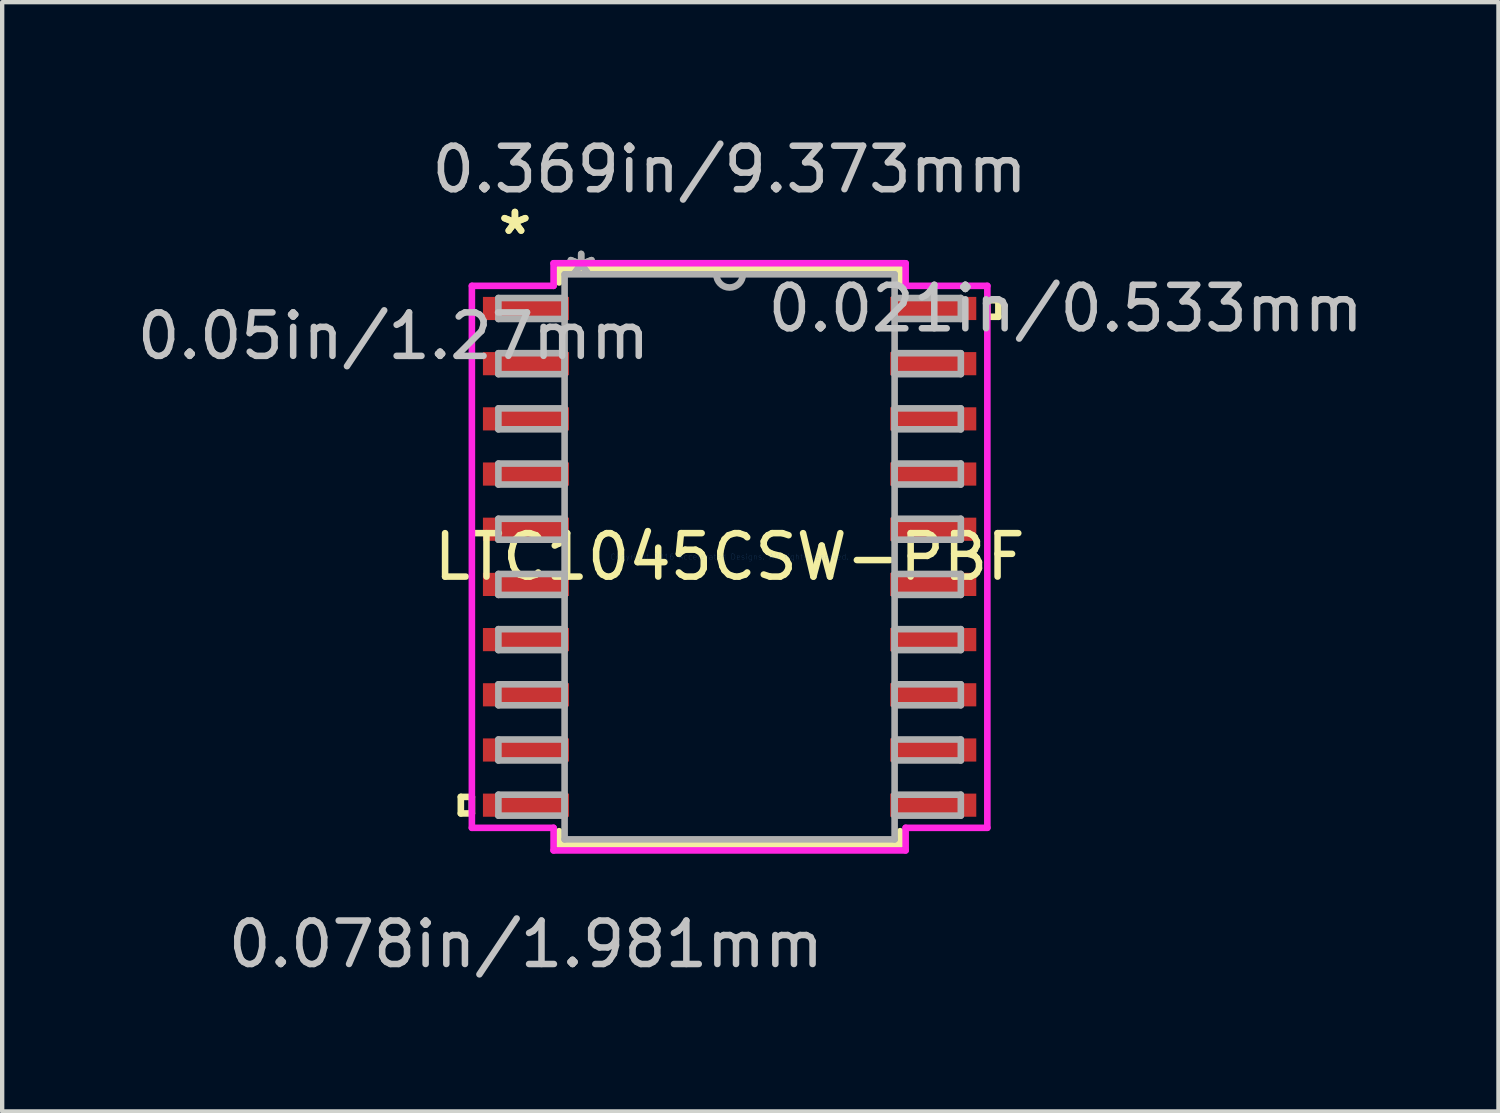
<source format=kicad_pcb>
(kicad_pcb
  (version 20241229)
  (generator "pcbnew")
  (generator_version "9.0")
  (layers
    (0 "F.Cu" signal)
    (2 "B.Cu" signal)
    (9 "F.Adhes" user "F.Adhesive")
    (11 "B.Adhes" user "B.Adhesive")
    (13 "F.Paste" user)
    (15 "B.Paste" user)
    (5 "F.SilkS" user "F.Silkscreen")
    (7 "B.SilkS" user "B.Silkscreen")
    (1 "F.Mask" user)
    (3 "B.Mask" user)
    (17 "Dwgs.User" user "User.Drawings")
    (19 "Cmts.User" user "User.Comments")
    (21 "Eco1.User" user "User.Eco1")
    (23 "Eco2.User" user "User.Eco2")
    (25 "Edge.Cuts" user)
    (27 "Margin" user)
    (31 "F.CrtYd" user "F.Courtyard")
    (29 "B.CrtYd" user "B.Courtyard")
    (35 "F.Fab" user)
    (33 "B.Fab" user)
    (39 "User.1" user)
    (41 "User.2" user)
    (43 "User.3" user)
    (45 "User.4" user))
  (footprint "LTC1045CSW-PBF"
    (layer "F.Cu")
    (at 13.74 9.764)
    (property "Reference" "LTC1045CSW-PBF" (at 0 0 0) (layer "F.SilkS") (effects (font (size 1 1) (thickness 0.15))))
    (attr through_hole)
    (fp_line (start -6.185 5.524) (end -6.185 5.905) (stroke (width 0.152) (type solid)) (layer "F.SilkS"))
    (fp_line (start -6.185 5.905) (end -5.931 5.905) (stroke (width 0.152) (type solid)) (layer "F.SilkS"))
    (fp_line (start -5.931 5.524) (end -6.185 5.524) (stroke (width 0.152) (type solid)) (layer "F.SilkS"))
    (fp_line (start -5.931 5.905) (end -5.931 5.524) (stroke (width 0.152) (type solid)) (layer "F.SilkS"))
    (fp_line (start -3.924 -6.629) (end -3.924 -6.314) (stroke (width 0.152) (type solid)) (layer "F.SilkS"))
    (fp_line (start -3.924 6.314) (end -3.924 6.629) (stroke (width 0.152) (type solid)) (layer "F.SilkS"))
    (fp_line (start -3.924 6.629) (end 3.924 6.629) (stroke (width 0.152) (type solid)) (layer "F.SilkS"))
    (fp_line (start 3.924 -6.629) (end -3.924 -6.629) (stroke (width 0.152) (type solid)) (layer "F.SilkS"))
    (fp_line (start 3.924 -6.314) (end 3.924 -6.629) (stroke (width 0.152) (type solid)) (layer "F.SilkS"))
    (fp_line (start 3.924 6.629) (end 3.924 6.314) (stroke (width 0.152) (type solid)) (layer "F.SilkS"))
    (fp_line (start 5.931 -5.905) (end 6.185 -5.905) (stroke (width 0.152) (type solid)) (layer "F.SilkS"))
    (fp_line (start 5.931 -5.524) (end 5.931 -5.905) (stroke (width 0.152) (type solid)) (layer "F.SilkS"))
    (fp_line (start 6.185 -5.905) (end 6.185 -5.524) (stroke (width 0.152) (type solid)) (layer "F.SilkS"))
    (fp_line (start 6.185 -5.524) (end 5.931 -5.524) (stroke (width 0.152) (type solid)) (layer "F.SilkS"))
    (fp_line (start -5.931 -6.236) (end -4.051 -6.236) (stroke (width 0.152) (type solid)) (layer "F.CrtYd"))
    (fp_line (start -5.931 6.236) (end -5.931 -6.236) (stroke (width 0.152) (type solid)) (layer "F.CrtYd"))
    (fp_line (start -4.051 -6.756) (end 4.051 -6.756) (stroke (width 0.152) (type solid)) (layer "F.CrtYd"))
    (fp_line (start -4.051 -6.236) (end -4.051 -6.756) (stroke (width 0.152) (type solid)) (layer "F.CrtYd"))
    (fp_line (start -4.051 6.236) (end -5.931 6.236) (stroke (width 0.152) (type solid)) (layer "F.CrtYd"))
    (fp_line (start -4.051 6.756) (end -4.051 6.236) (stroke (width 0.152) (type solid)) (layer "F.CrtYd"))
    (fp_line (start 4.051 -6.756) (end 4.051 -6.236) (stroke (width 0.152) (type solid)) (layer "F.CrtYd"))
    (fp_line (start 4.051 -6.236) (end 5.931 -6.236) (stroke (width 0.152) (type solid)) (layer "F.CrtYd"))
    (fp_line (start 4.051 6.236) (end 4.051 6.756) (stroke (width 0.152) (type solid)) (layer "F.CrtYd"))
    (fp_line (start 4.051 6.756) (end -4.051 6.756) (stroke (width 0.152) (type solid)) (layer "F.CrtYd"))
    (fp_line (start 5.931 -6.236) (end 5.931 6.236) (stroke (width 0.152) (type solid)) (layer "F.CrtYd"))
    (fp_line (start 5.931 6.236) (end 4.051 6.236) (stroke (width 0.152) (type solid)) (layer "F.CrtYd"))
    (fp_line (start -5.321 -5.956) (end -5.321 -5.474) (stroke (width 0.152) (type solid)) (layer "F.Fab"))
    (fp_line (start -5.321 -5.474) (end -3.797 -5.474) (stroke (width 0.152) (type solid)) (layer "F.Fab"))
    (fp_line (start -5.321 -4.686) (end -5.321 -4.204) (stroke (width 0.152) (type solid)) (layer "F.Fab"))
    (fp_line (start -5.321 -4.204) (end -3.797 -4.204) (stroke (width 0.152) (type solid)) (layer "F.Fab"))
    (fp_line (start -5.321 -3.416) (end -5.321 -2.934) (stroke (width 0.152) (type solid)) (layer "F.Fab"))
    (fp_line (start -5.321 -2.934) (end -3.797 -2.934) (stroke (width 0.152) (type solid)) (layer "F.Fab"))
    (fp_line (start -5.321 -2.146) (end -5.321 -1.664) (stroke (width 0.152) (type solid)) (layer "F.Fab"))
    (fp_line (start -5.321 -1.664) (end -3.797 -1.664) (stroke (width 0.152) (type solid)) (layer "F.Fab"))
    (fp_line (start -5.321 -0.876) (end -5.321 -0.394) (stroke (width 0.152) (type solid)) (layer "F.Fab"))
    (fp_line (start -5.321 -0.394) (end -3.797 -0.394) (stroke (width 0.152) (type solid)) (layer "F.Fab"))
    (fp_line (start -5.321 0.394) (end -5.321 0.876) (stroke (width 0.152) (type solid)) (layer "F.Fab"))
    (fp_line (start -5.321 0.876) (end -3.797 0.876) (stroke (width 0.152) (type solid)) (layer "F.Fab"))
    (fp_line (start -5.321 1.664) (end -5.321 2.146) (stroke (width 0.152) (type solid)) (layer "F.Fab"))
    (fp_line (start -5.321 2.146) (end -3.797 2.146) (stroke (width 0.152) (type solid)) (layer "F.Fab"))
    (fp_line (start -5.321 2.934) (end -5.321 3.416) (stroke (width 0.152) (type solid)) (layer "F.Fab"))
    (fp_line (start -5.321 3.416) (end -3.797 3.416) (stroke (width 0.152) (type solid)) (layer "F.Fab"))
    (fp_line (start -5.321 4.204) (end -5.321 4.686) (stroke (width 0.152) (type solid)) (layer "F.Fab"))
    (fp_line (start -5.321 4.686) (end -3.797 4.686) (stroke (width 0.152) (type solid)) (layer "F.Fab"))
    (fp_line (start -5.321 5.474) (end -5.321 5.956) (stroke (width 0.152) (type solid)) (layer "F.Fab"))
    (fp_line (start -5.321 5.956) (end -3.797 5.956) (stroke (width 0.152) (type solid)) (layer "F.Fab"))
    (fp_line (start -3.797 -6.502) (end -3.797 6.502) (stroke (width 0.152) (type solid)) (layer "F.Fab"))
    (fp_line (start -3.797 -5.956) (end -5.321 -5.956) (stroke (width 0.152) (type solid)) (layer "F.Fab"))
    (fp_line (start -3.797 -5.474) (end -3.797 -5.956) (stroke (width 0.152) (type solid)) (layer "F.Fab"))
    (fp_line (start -3.797 -4.686) (end -5.321 -4.686) (stroke (width 0.152) (type solid)) (layer "F.Fab"))
    (fp_line (start -3.797 -4.204) (end -3.797 -4.686) (stroke (width 0.152) (type solid)) (layer "F.Fab"))
    (fp_line (start -3.797 -3.416) (end -5.321 -3.416) (stroke (width 0.152) (type solid)) (layer "F.Fab"))
    (fp_line (start -3.797 -2.934) (end -3.797 -3.416) (stroke (width 0.152) (type solid)) (layer "F.Fab"))
    (fp_line (start -3.797 -2.146) (end -5.321 -2.146) (stroke (width 0.152) (type solid)) (layer "F.Fab"))
    (fp_line (start -3.797 -1.664) (end -3.797 -2.146) (stroke (width 0.152) (type solid)) (layer "F.Fab"))
    (fp_line (start -3.797 -0.876) (end -5.321 -0.876) (stroke (width 0.152) (type solid)) (layer "F.Fab"))
    (fp_line (start -3.797 -0.394) (end -3.797 -0.876) (stroke (width 0.152) (type solid)) (layer "F.Fab"))
    (fp_line (start -3.797 0.394) (end -5.321 0.394) (stroke (width 0.152) (type solid)) (layer "F.Fab"))
    (fp_line (start -3.797 0.876) (end -3.797 0.394) (stroke (width 0.152) (type solid)) (layer "F.Fab"))
    (fp_line (start -3.797 1.664) (end -5.321 1.664) (stroke (width 0.152) (type solid)) (layer "F.Fab"))
    (fp_line (start -3.797 2.146) (end -3.797 1.664) (stroke (width 0.152) (type solid)) (layer "F.Fab"))
    (fp_line (start -3.797 2.934) (end -5.321 2.934) (stroke (width 0.152) (type solid)) (layer "F.Fab"))
    (fp_line (start -3.797 3.416) (end -3.797 2.934) (stroke (width 0.152) (type solid)) (layer "F.Fab"))
    (fp_line (start -3.797 4.204) (end -5.321 4.204) (stroke (width 0.152) (type solid)) (layer "F.Fab"))
    (fp_line (start -3.797 4.686) (end -3.797 4.204) (stroke (width 0.152) (type solid)) (layer "F.Fab"))
    (fp_line (start -3.797 5.474) (end -5.321 5.474) (stroke (width 0.152) (type solid)) (layer "F.Fab"))
    (fp_line (start -3.797 5.956) (end -3.797 5.474) (stroke (width 0.152) (type solid)) (layer "F.Fab"))
    (fp_line (start -3.797 6.502) (end 3.797 6.502) (stroke (width 0.152) (type solid)) (layer "F.Fab"))
    (fp_line (start 3.797 -6.502) (end -3.797 -6.502) (stroke (width 0.152) (type solid)) (layer "F.Fab"))
    (fp_line (start 3.797 -5.956) (end 3.797 -5.474) (stroke (width 0.152) (type solid)) (layer "F.Fab"))
    (fp_line (start 3.797 -5.474) (end 5.321 -5.474) (stroke (width 0.152) (type solid)) (layer "F.Fab"))
    (fp_line (start 3.797 -4.686) (end 3.797 -4.204) (stroke (width 0.152) (type solid)) (layer "F.Fab"))
    (fp_line (start 3.797 -4.204) (end 5.321 -4.204) (stroke (width 0.152) (type solid)) (layer "F.Fab"))
    (fp_line (start 3.797 -3.416) (end 3.797 -2.934) (stroke (width 0.152) (type solid)) (layer "F.Fab"))
    (fp_line (start 3.797 -2.934) (end 5.321 -2.934) (stroke (width 0.152) (type solid)) (layer "F.Fab"))
    (fp_line (start 3.797 -2.146) (end 3.797 -1.664) (stroke (width 0.152) (type solid)) (layer "F.Fab"))
    (fp_line (start 3.797 -1.664) (end 5.321 -1.664) (stroke (width 0.152) (type solid)) (layer "F.Fab"))
    (fp_line (start 3.797 -0.876) (end 3.797 -0.394) (stroke (width 0.152) (type solid)) (layer "F.Fab"))
    (fp_line (start 3.797 -0.394) (end 5.321 -0.394) (stroke (width 0.152) (type solid)) (layer "F.Fab"))
    (fp_line (start 3.797 0.394) (end 3.797 0.876) (stroke (width 0.152) (type solid)) (layer "F.Fab"))
    (fp_line (start 3.797 0.876) (end 5.321 0.876) (stroke (width 0.152) (type solid)) (layer "F.Fab"))
    (fp_line (start 3.797 1.664) (end 3.797 2.146) (stroke (width 0.152) (type solid)) (layer "F.Fab"))
    (fp_line (start 3.797 2.146) (end 5.321 2.146) (stroke (width 0.152) (type solid)) (layer "F.Fab"))
    (fp_line (start 3.797 2.934) (end 3.797 3.416) (stroke (width 0.152) (type solid)) (layer "F.Fab"))
    (fp_line (start 3.797 3.416) (end 5.321 3.416) (stroke (width 0.152) (type solid)) (layer "F.Fab"))
    (fp_line (start 3.797 4.204) (end 3.797 4.686) (stroke (width 0.152) (type solid)) (layer "F.Fab"))
    (fp_line (start 3.797 4.686) (end 5.321 4.686) (stroke (width 0.152) (type solid)) (layer "F.Fab"))
    (fp_line (start 3.797 5.474) (end 3.797 5.956) (stroke (width 0.152) (type solid)) (layer "F.Fab"))
    (fp_line (start 3.797 5.956) (end 5.321 5.956) (stroke (width 0.152) (type solid)) (layer "F.Fab"))
    (fp_line (start 3.797 6.502) (end 3.797 -6.502) (stroke (width 0.152) (type solid)) (layer "F.Fab"))
    (fp_line (start 5.321 -5.956) (end 3.797 -5.956) (stroke (width 0.152) (type solid)) (layer "F.Fab"))
    (fp_line (start 5.321 -5.474) (end 5.321 -5.956) (stroke (width 0.152) (type solid)) (layer "F.Fab"))
    (fp_line (start 5.321 -4.686) (end 3.797 -4.686) (stroke (width 0.152) (type solid)) (layer "F.Fab"))
    (fp_line (start 5.321 -4.204) (end 5.321 -4.686) (stroke (width 0.152) (type solid)) (layer "F.Fab"))
    (fp_line (start 5.321 -3.416) (end 3.797 -3.416) (stroke (width 0.152) (type solid)) (layer "F.Fab"))
    (fp_line (start 5.321 -2.934) (end 5.321 -3.416) (stroke (width 0.152) (type solid)) (layer "F.Fab"))
    (fp_line (start 5.321 -2.146) (end 3.797 -2.146) (stroke (width 0.152) (type solid)) (layer "F.Fab"))
    (fp_line (start 5.321 -1.664) (end 5.321 -2.146) (stroke (width 0.152) (type solid)) (layer "F.Fab"))
    (fp_line (start 5.321 -0.876) (end 3.797 -0.876) (stroke (width 0.152) (type solid)) (layer "F.Fab"))
    (fp_line (start 5.321 -0.394) (end 5.321 -0.876) (stroke (width 0.152) (type solid)) (layer "F.Fab"))
    (fp_line (start 5.321 0.394) (end 3.797 0.394) (stroke (width 0.152) (type solid)) (layer "F.Fab"))
    (fp_line (start 5.321 0.876) (end 5.321 0.394) (stroke (width 0.152) (type solid)) (layer "F.Fab"))
    (fp_line (start 5.321 1.664) (end 3.797 1.664) (stroke (width 0.152) (type solid)) (layer "F.Fab"))
    (fp_line (start 5.321 2.146) (end 5.321 1.664) (stroke (width 0.152) (type solid)) (layer "F.Fab"))
    (fp_line (start 5.321 2.934) (end 3.797 2.934) (stroke (width 0.152) (type solid)) (layer "F.Fab"))
    (fp_line (start 5.321 3.416) (end 5.321 2.934) (stroke (width 0.152) (type solid)) (layer "F.Fab"))
    (fp_line (start 5.321 4.204) (end 3.797 4.204) (stroke (width 0.152) (type solid)) (layer "F.Fab"))
    (fp_line (start 5.321 4.686) (end 5.321 4.204) (stroke (width 0.152) (type solid)) (layer "F.Fab"))
    (fp_line (start 5.321 5.474) (end 3.797 5.474) (stroke (width 0.152) (type solid)) (layer "F.Fab"))
    (fp_line (start 5.321 5.956) (end 5.321 5.474) (stroke (width 0.152) (type solid)) (layer "F.Fab"))
    (fp_arc (start 0.3048 -6.5024) (mid 0 -6.1976) (end -0.3048 -6.5024) (stroke (width 0.1524) (type solid)) (layer "F.Fab"))
    (fp_text user "*" (at -4.94 -7.391 0) (layer "F.SilkS") (effects (font (size 1 1) (thickness 0.15))))
    (fp_text user "*" (at -4.94 -7.391 0) (layer "F.SilkS") (effects (font (size 1 1) (thickness 0.15))))
    (fp_text user "0.078in/1.981mm" (at -4.686 8.915 0) (layer "Dwgs.User") (effects (font (size 1 1) (thickness 0.15))))
    (fp_text user "0.05in/1.27mm" (at -7.734 -5.08 0) (layer "Dwgs.User") (effects (font (size 1 1) (thickness 0.15))))
    (fp_text user "0.021in/0.533mm" (at 7.734 -5.715 0) (layer "Dwgs.User") (effects (font (size 1 1) (thickness 0.15))))
    (fp_text user "0.369in/9.373mm" (at 0 -8.915 0) (layer "Dwgs.User") (effects (font (size 1 1) (thickness 0.15))))
    (fp_text user "Copyright 2016 Accelerated Designs. All rights reserved." (at 0 0 0) (layer "Cmts.User") (effects (font (size 0.127 0.127) (thickness 0.002))))
    (fp_text user "*" (at -3.416 -6.426 0) (layer "F.Fab") (effects (font (size 1 1) (thickness 0.15))))
    (fp_text user "*" (at -3.416 -6.426 0) (layer "F.Fab") (effects (font (size 1 1) (thickness 0.15))))
    (pad "1" smd rect (at -4.686 -5.715) (size 1.981 0.533) (layers "F.Cu" "F.Mask" "F.Paste"))
    (pad "2" smd rect (at -4.686 -4.445) (size 1.981 0.533) (layers "F.Cu" "F.Mask" "F.Paste"))
    (pad "3" smd rect (at -4.686 -3.175) (size 1.981 0.533) (layers "F.Cu" "F.Mask" "F.Paste"))
    (pad "4" smd rect (at -4.686 -1.905) (size 1.981 0.533) (layers "F.Cu" "F.Mask" "F.Paste"))
    (pad "5" smd rect (at -4.686 -0.635) (size 1.981 0.533) (layers "F.Cu" "F.Mask" "F.Paste"))
    (pad "6" smd rect (at -4.686 0.635) (size 1.981 0.533) (layers "F.Cu" "F.Mask" "F.Paste"))
    (pad "7" smd rect (at -4.686 1.905) (size 1.981 0.533) (layers "F.Cu" "F.Mask" "F.Paste"))
    (pad "8" smd rect (at -4.686 3.175) (size 1.981 0.533) (layers "F.Cu" "F.Mask" "F.Paste"))
    (pad "9" smd rect (at -4.686 4.445) (size 1.981 0.533) (layers "F.Cu" "F.Mask" "F.Paste"))
    (pad "10" smd rect (at -4.686 5.715) (size 1.981 0.533) (layers "F.Cu" "F.Mask" "F.Paste"))
    (pad "11" smd rect (at 4.686 5.715) (size 1.981 0.533) (layers "F.Cu" "F.Mask" "F.Paste"))
    (pad "12" smd rect (at 4.686 4.445) (size 1.981 0.533) (layers "F.Cu" "F.Mask" "F.Paste"))
    (pad "13" smd rect (at 4.686 3.175) (size 1.981 0.533) (layers "F.Cu" "F.Mask" "F.Paste"))
    (pad "14" smd rect (at 4.686 1.905) (size 1.981 0.533) (layers "F.Cu" "F.Mask" "F.Paste"))
    (pad "15" smd rect (at 4.686 0.635) (size 1.981 0.533) (layers "F.Cu" "F.Mask" "F.Paste"))
    (pad "16" smd rect (at 4.686 -0.635) (size 1.981 0.533) (layers "F.Cu" "F.Mask" "F.Paste"))
    (pad "17" smd rect (at 4.686 -1.905) (size 1.981 0.533) (layers "F.Cu" "F.Mask" "F.Paste"))
    (pad "18" smd rect (at 4.686 -3.175) (size 1.981 0.533) (layers "F.Cu" "F.Mask" "F.Paste"))
    (pad "19" smd rect (at 4.686 -4.445) (size 1.981 0.533) (layers "F.Cu" "F.Mask" "F.Paste"))
    (pad "20" smd rect (at 4.686 -5.715) (size 1.981 0.533) (layers "F.Cu" "F.Mask" "F.Paste")))
  (gr_rect
    (start -3 -3)
    (end 31.433 22.527)
    (stroke (width 0.1) (type default))
    (fill no)
    (layer "Edge.Cuts")))
</source>
